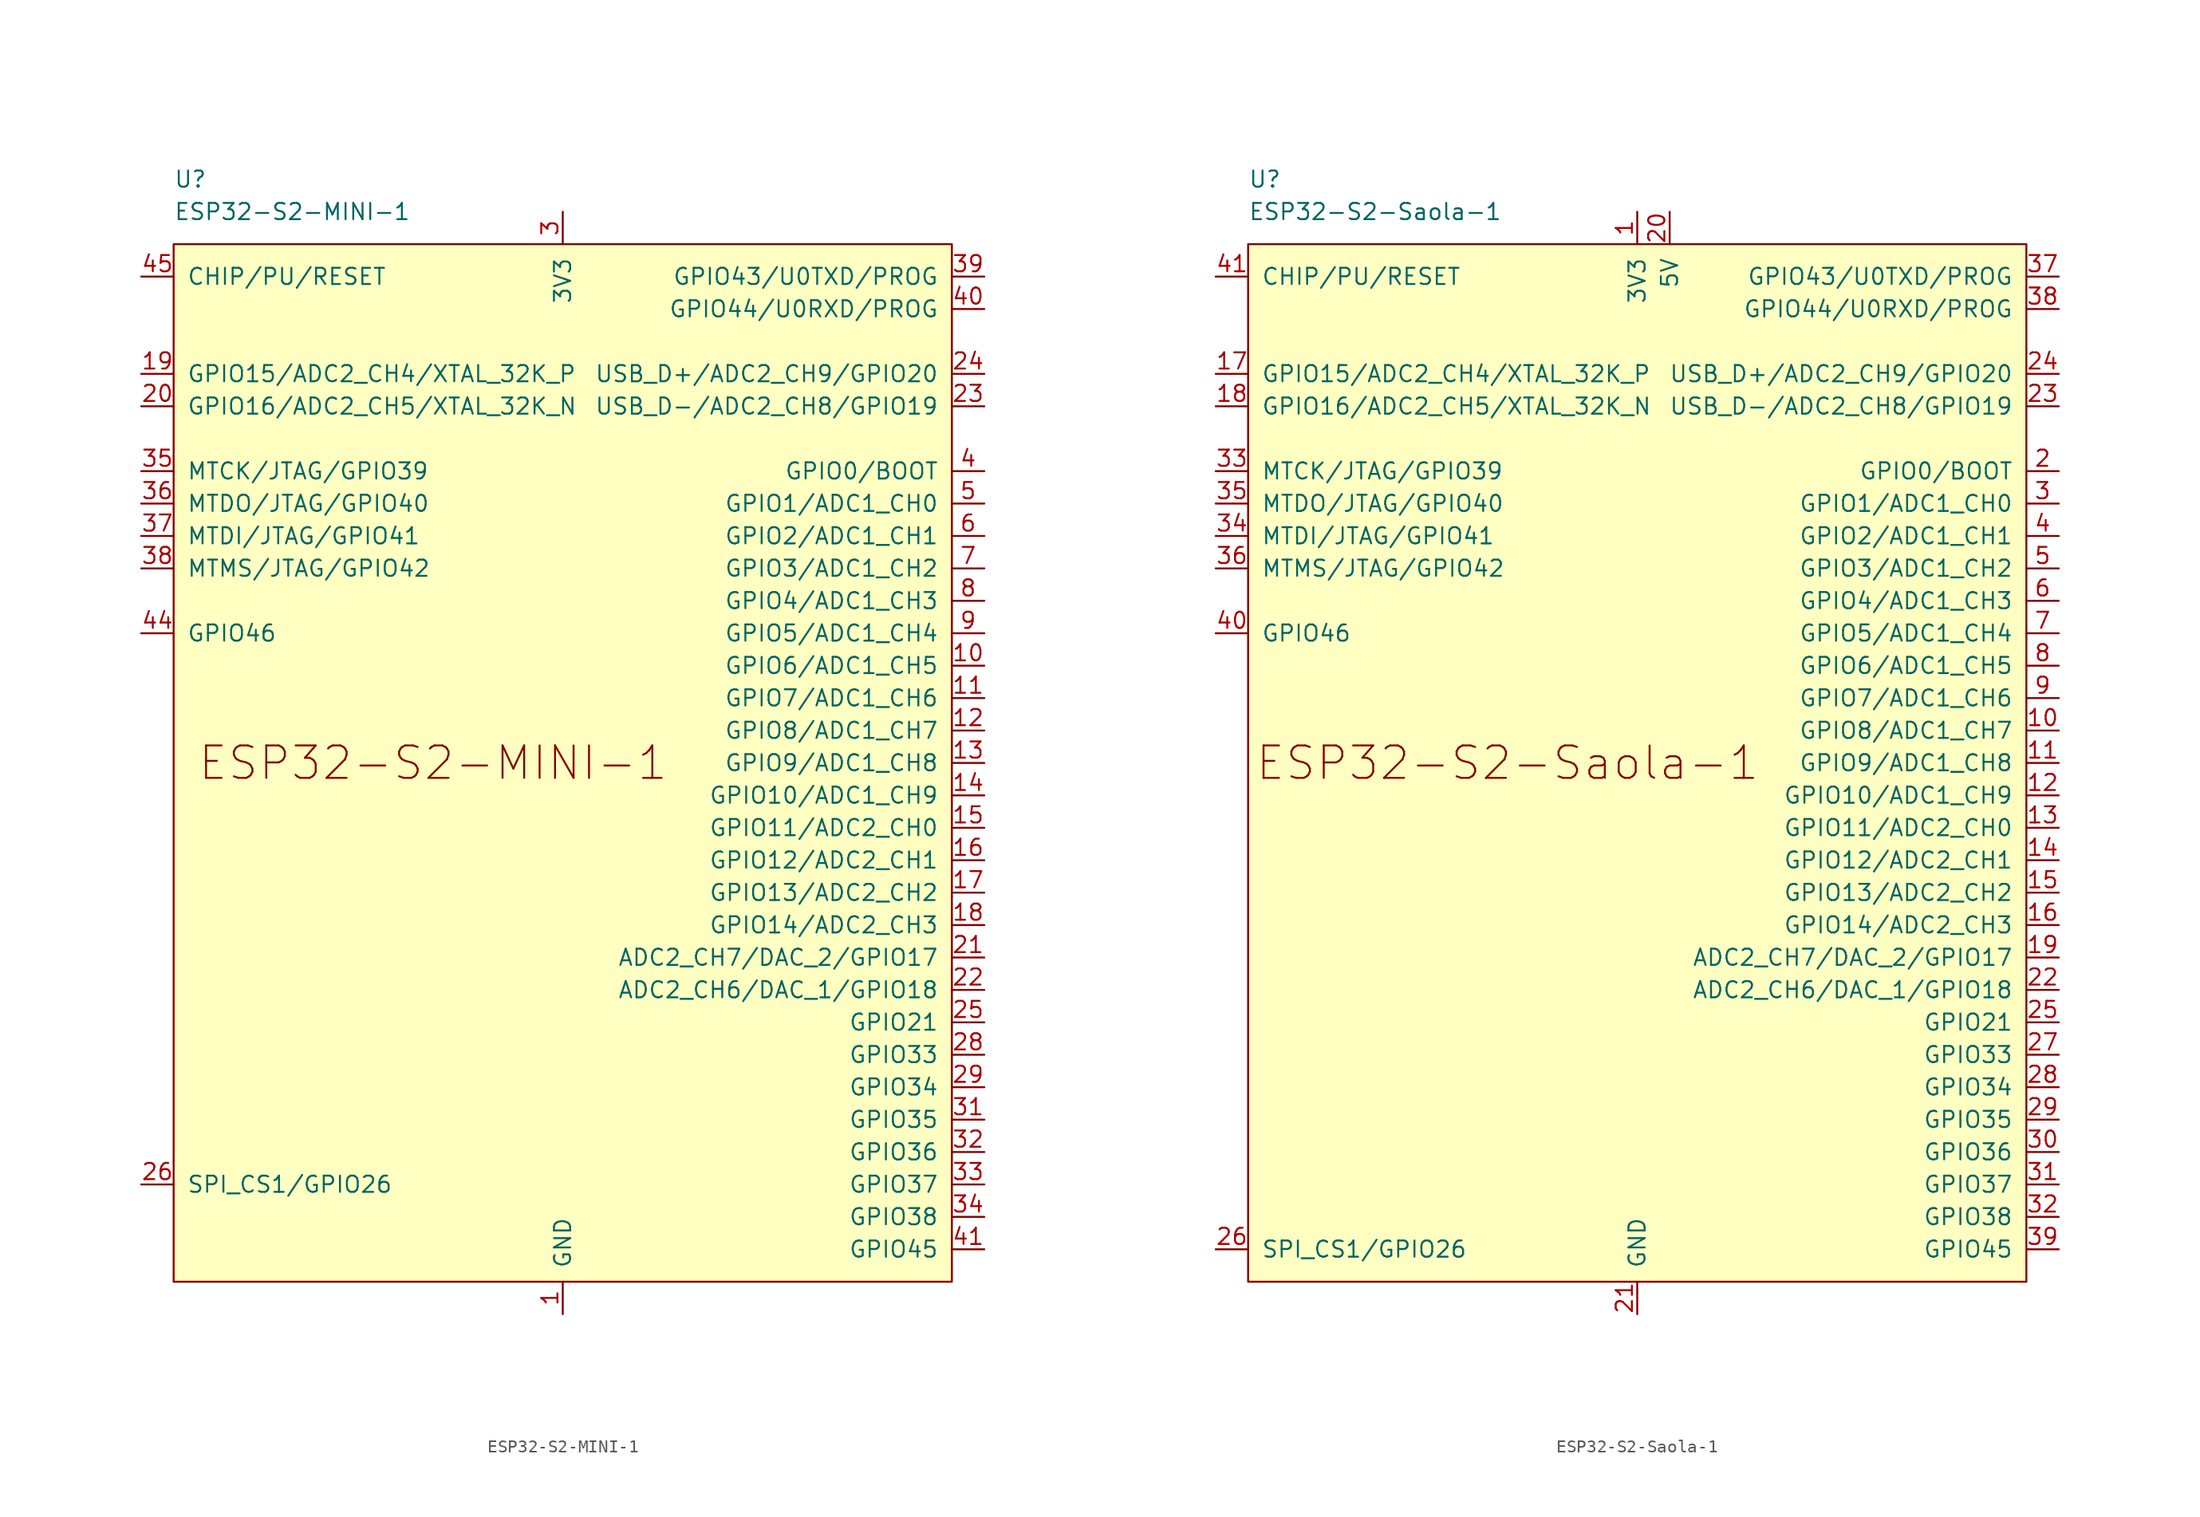
<source format=kicad_sym>
(kicad_symbol_lib
  (version 20220914)
  (generator kicad_symbol_editor)
  (symbol "ESP32-S2-MINI-1"
    (pin_names
      (offset 1.016))
    (property "Reference" "U"
      (at -30.48 45.72 0)
      (effects (font (size 1.27 1.27)) (justify left)))
    (property "Value" "ESP32-S2-MINI-1"
      (at -30.48 43.18 0)
      (effects (font (size 1.27 1.27)) (justify left)))
    (symbol "ESP32-S2-MINI-1_0_0"
      (pin power_in line (at 0 -43.18 90) (length 2.54) (name "GND" (effects (font (size 1.27 1.27)))) (number "1" (effects (font (size 1.27 1.27)))))
      (pin passive line (at 0 -43.18 90) (length 2.54) hide (name "GND" (effects (font (size 1.27 1.27)))) (number "43" (effects (font (size 1.27 1.27)))))
      (pin input line (at -33.02 10.16 0) (length 2.54) (name "GPIO46" (effects (font (size 1.27 1.27)))) (number "44" (effects (font (size 1.27 1.27)))))
      (pin bidirectional line (at -33.02 38.1 0) (length 2.54) (name "CHIP/PU/RESET" (effects (font (size 1.27 1.27)))) (number "45" (effects (font (size 1.27 1.27)))))
      (pin passive line (at 0 -43.18 90) (length 2.54) hide (name "GND" (effects (font (size 1.27 1.27)))) (number "46" (effects (font (size 1.27 1.27)))))
      (pin passive line (at 0 -43.18 90) (length 2.54) hide (name "GND" (effects (font (size 1.27 1.27)))) (number "47" (effects (font (size 1.27 1.27)))))
      (pin passive line (at 0 -43.18 90) (length 2.54) hide (name "GND" (effects (font (size 1.27 1.27)))) (number "48" (effects (font (size 1.27 1.27)))))
      (pin passive line (at 0 -43.18 90) (length 2.54) hide (name "GND" (effects (font (size 1.27 1.27)))) (number "49" (effects (font (size 1.27 1.27)))))
      (pin passive line (at 0 -43.18 90) (length 2.54) hide (name "GND" (effects (font (size 1.27 1.27)))) (number "50" (effects (font (size 1.27 1.27)))))
      (pin passive line (at 0 -43.18 90) (length 2.54) hide (name "GND" (effects (font (size 1.27 1.27)))) (number "51" (effects (font (size 1.27 1.27)))))
      (pin passive line (at 0 -43.18 90) (length 2.54) hide (name "GND" (effects (font (size 1.27 1.27)))) (number "52" (effects (font (size 1.27 1.27)))))
      (pin passive line (at 0 -43.18 90) (length 2.54) hide (name "GND" (effects (font (size 1.27 1.27)))) (number "53" (effects (font (size 1.27 1.27)))))
      (pin passive line (at 0 -43.18 90) (length 2.54) hide (name "GND" (effects (font (size 1.27 1.27)))) (number "54" (effects (font (size 1.27 1.27)))))
      (pin passive line (at 0 -43.18 90) (length 2.54) hide (name "GND" (effects (font (size 1.27 1.27)))) (number "55" (effects (font (size 1.27 1.27)))))
      (pin passive line (at 0 -43.18 90) (length 2.54) hide (name "GND" (effects (font (size 1.27 1.27)))) (number "56" (effects (font (size 1.27 1.27)))))
      (pin passive line (at 0 -43.18 90) (length 2.54) hide (name "GND" (effects (font (size 1.27 1.27)))) (number "57" (effects (font (size 1.27 1.27)))))
      (pin passive line (at 0 -43.18 90) (length 2.54) hide (name "GND" (effects (font (size 1.27 1.27)))) (number "58" (effects (font (size 1.27 1.27)))))
      (pin passive line (at 0 -43.18 90) (length 2.54) hide (name "GND" (effects (font (size 1.27 1.27)))) (number "59" (effects (font (size 1.27 1.27)))))
      (pin passive line (at 0 -43.18 90) (length 2.54) hide (name "GND" (effects (font (size 1.27 1.27)))) (number "60" (effects (font (size 1.27 1.27)))))
      (pin passive line (at 0 -43.18 90) (length 2.54) hide (name "GND" (effects (font (size 1.27 1.27)))) (number "61" (effects (font (size 1.27 1.27)))))
      (pin passive line (at 0 -43.18 90) (length 2.54) hide (name "GND" (effects (font (size 1.27 1.27)))) (number "62" (effects (font (size 1.27 1.27)))))
      (pin passive line (at 0 -43.18 90) (length 2.54) hide (name "GND" (effects (font (size 1.27 1.27)))) (number "63" (effects (font (size 1.27 1.27)))))
      (pin passive line (at 0 -43.18 90) (length 2.54) hide (name "GND" (effects (font (size 1.27 1.27)))) (number "64" (effects (font (size 1.27 1.27)))))
      (pin passive line (at 0 -43.18 90) (length 2.54) hide (name "GND" (effects (font (size 1.27 1.27)))) (number "65" (effects (font (size 1.27 1.27))))))
    (symbol "ESP32-S2-MINI-1_0_1"
      (rectangle (start -30.48 40.64) (end 30.48 -40.64) (stroke (width 0) (type default)) (fill (type background))))
    (symbol "ESP32-S2-MINI-1_1_1"
      (text "ESP32-S2-MINI-1" (at -10.16 0 0) (effects (font (size 2.54 2.54))))
      (pin bidirectional line (at 33.02 7.62 180) (length 2.54) (name "GPIO6/ADC1_CH5" (effects (font (size 1.27 1.27)))) (number "10" (effects (font (size 1.27 1.27)))))
      (pin bidirectional line (at 33.02 5.08 180) (length 2.54) (name "GPIO7/ADC1_CH6" (effects (font (size 1.27 1.27)))) (number "11" (effects (font (size 1.27 1.27)))))
      (pin bidirectional line (at 33.02 2.54 180) (length 2.54) (name "GPIO8/ADC1_CH7" (effects (font (size 1.27 1.27)))) (number "12" (effects (font (size 1.27 1.27)))))
      (pin bidirectional line (at 33.02 0 180) (length 2.54) (name "GPIO9/ADC1_CH8" (effects (font (size 1.27 1.27)))) (number "13" (effects (font (size 1.27 1.27)))))
      (pin bidirectional line (at 33.02 -2.54 180) (length 2.54) (name "GPIO10/ADC1_CH9" (effects (font (size 1.27 1.27)))) (number "14" (effects (font (size 1.27 1.27)))))
      (pin bidirectional line (at 33.02 -5.08 180) (length 2.54) (name "GPIO11/ADC2_CH0" (effects (font (size 1.27 1.27)))) (number "15" (effects (font (size 1.27 1.27)))))
      (pin bidirectional line (at 33.02 -7.62 180) (length 2.54) (name "GPIO12/ADC2_CH1" (effects (font (size 1.27 1.27)))) (number "16" (effects (font (size 1.27 1.27)))))
      (pin bidirectional line (at 33.02 -10.16 180) (length 2.54) (name "GPIO13/ADC2_CH2" (effects (font (size 1.27 1.27)))) (number "17" (effects (font (size 1.27 1.27)))))
      (pin bidirectional line (at 33.02 -12.7 180) (length 2.54) (name "GPIO14/ADC2_CH3" (effects (font (size 1.27 1.27)))) (number "18" (effects (font (size 1.27 1.27)))))
      (pin bidirectional line (at -33.02 30.48 0) (length 2.54) (name "GPIO15/ADC2_CH4/XTAL_32K_P" (effects (font (size 1.27 1.27)))) (number "19" (effects (font (size 1.27 1.27)))))
      (pin passive line (at 0 -43.18 90) (length 2.54) hide (name "GND" (effects (font (size 1.27 1.27)))) (number "2" (effects (font (size 1.27 1.27)))))
      (pin bidirectional line (at -33.02 27.94 0) (length 2.54) (name "GPIO16/ADC2_CH5/XTAL_32K_N" (effects (font (size 1.27 1.27)))) (number "20" (effects (font (size 1.27 1.27)))))
      (pin bidirectional line (at 33.02 -15.24 180) (length 2.54) (name "ADC2_CH7/DAC_2/GPIO17" (effects (font (size 1.27 1.27)))) (number "21" (effects (font (size 1.27 1.27)))))
      (pin bidirectional line (at 33.02 -17.78 180) (length 2.54) (name "ADC2_CH6/DAC_1/GPIO18" (effects (font (size 1.27 1.27)))) (number "22" (effects (font (size 1.27 1.27)))))
      (pin bidirectional line (at 33.02 27.94 180) (length 2.54) (name "USB_D-/ADC2_CH8/GPIO19" (effects (font (size 1.27 1.27)))) (number "23" (effects (font (size 1.27 1.27)))))
      (pin bidirectional line (at 33.02 30.48 180) (length 2.54) (name "USB_D+/ADC2_CH9/GPIO20" (effects (font (size 1.27 1.27)))) (number "24" (effects (font (size 1.27 1.27)))))
      (pin bidirectional line (at 33.02 -20.32 180) (length 2.54) (name "GPIO21" (effects (font (size 1.27 1.27)))) (number "25" (effects (font (size 1.27 1.27)))))
      (pin bidirectional line (at -33.02 -33.02 0) (length 2.54) (name "SPI_CS1/GPIO26" (effects (font (size 1.27 1.27)))) (number "26" (effects (font (size 1.27 1.27)))))
      (pin no_connect line (at -30.48 -38.1 0) (length 2.54) hide (name "NC" (effects (font (size 1.27 1.27)))) (number "27" (effects (font (size 1.27 1.27)))))
      (pin bidirectional line (at 33.02 -22.86 180) (length 2.54) (name "GPIO33" (effects (font (size 1.27 1.27)))) (number "28" (effects (font (size 1.27 1.27)))))
      (pin bidirectional line (at 33.02 -25.4 180) (length 2.54) (name "GPIO34" (effects (font (size 1.27 1.27)))) (number "29" (effects (font (size 1.27 1.27)))))
      (pin power_in line (at 0 43.18 270) (length 2.54) (name "3V3" (effects (font (size 1.27 1.27)))) (number "3" (effects (font (size 1.27 1.27)))))
      (pin passive line (at 0 -43.18 90) (length 2.54) hide (name "GND" (effects (font (size 1.27 1.27)))) (number "30" (effects (font (size 1.27 1.27)))))
      (pin bidirectional line (at 33.02 -27.94 180) (length 2.54) (name "GPIO35" (effects (font (size 1.27 1.27)))) (number "31" (effects (font (size 1.27 1.27)))))
      (pin bidirectional line (at 33.02 -30.48 180) (length 2.54) (name "GPIO36" (effects (font (size 1.27 1.27)))) (number "32" (effects (font (size 1.27 1.27)))))
      (pin bidirectional line (at 33.02 -33.02 180) (length 2.54) (name "GPIO37" (effects (font (size 1.27 1.27)))) (number "33" (effects (font (size 1.27 1.27)))))
      (pin bidirectional line (at 33.02 -35.56 180) (length 2.54) (name "GPIO38" (effects (font (size 1.27 1.27)))) (number "34" (effects (font (size 1.27 1.27)))))
      (pin bidirectional line (at -33.02 22.86 0) (length 2.54) (name "MTCK/JTAG/GPIO39" (effects (font (size 1.27 1.27)))) (number "35" (effects (font (size 1.27 1.27)))))
      (pin bidirectional line (at -33.02 20.32 0) (length 2.54) (name "MTDO/JTAG/GPIO40" (effects (font (size 1.27 1.27)))) (number "36" (effects (font (size 1.27 1.27)))))
      (pin bidirectional line (at -33.02 17.78 0) (length 2.54) (name "MTDI/JTAG/GPIO41" (effects (font (size 1.27 1.27)))) (number "37" (effects (font (size 1.27 1.27)))))
      (pin bidirectional line (at -33.02 15.24 0) (length 2.54) (name "MTMS/JTAG/GPIO42" (effects (font (size 1.27 1.27)))) (number "38" (effects (font (size 1.27 1.27)))))
      (pin bidirectional line (at 33.02 38.1 180) (length 2.54) (name "GPIO43/U0TXD/PROG" (effects (font (size 1.27 1.27)))) (number "39" (effects (font (size 1.27 1.27)))))
      (pin bidirectional line (at 33.02 22.86 180) (length 2.54) (name "GPIO0/BOOT" (effects (font (size 1.27 1.27)))) (number "4" (effects (font (size 1.27 1.27)))))
      (pin bidirectional line (at 33.02 35.56 180) (length 2.54) (name "GPIO44/U0RXD/PROG" (effects (font (size 1.27 1.27)))) (number "40" (effects (font (size 1.27 1.27)))))
      (pin bidirectional line (at 33.02 -38.1 180) (length 2.54) (name "GPIO45" (effects (font (size 1.27 1.27)))) (number "41" (effects (font (size 1.27 1.27)))))
      (pin passive line (at 0 -43.18 90) (length 2.54) hide (name "GND" (effects (font (size 1.27 1.27)))) (number "42" (effects (font (size 1.27 1.27)))))
      (pin bidirectional line (at 33.02 20.32 180) (length 2.54) (name "GPIO1/ADC1_CH0" (effects (font (size 1.27 1.27)))) (number "5" (effects (font (size 1.27 1.27)))))
      (pin bidirectional line (at 33.02 17.78 180) (length 2.54) (name "GPIO2/ADC1_CH1" (effects (font (size 1.27 1.27)))) (number "6" (effects (font (size 1.27 1.27)))))
      (pin bidirectional line (at 33.02 15.24 180) (length 2.54) (name "GPIO3/ADC1_CH2" (effects (font (size 1.27 1.27)))) (number "7" (effects (font (size 1.27 1.27)))))
      (pin bidirectional line (at 33.02 12.7 180) (length 2.54) (name "GPIO4/ADC1_CH3" (effects (font (size 1.27 1.27)))) (number "8" (effects (font (size 1.27 1.27)))))
      (pin bidirectional line (at 33.02 10.16 180) (length 2.54) (name "GPIO5/ADC1_CH4" (effects (font (size 1.27 1.27)))) (number "9" (effects (font (size 1.27 1.27)))))))
  (symbol "ESP32-S2-Saola-1"
    (pin_names
      (offset 1.016))
    (property "Reference" "U"
      (at -30.48 45.72 0)
      (effects (font (size 1.27 1.27)) (justify left)))
    (property "Value" "ESP32-S2-Saola-1"
      (at -30.48 43.18 0)
      (effects (font (size 1.27 1.27)) (justify left)))
    (symbol "ESP32-S2-Saola-1_0_0"
      (text "ESP32-S2-Saola-1" (at -10.16 0 0) (effects (font (size 2.54 2.54))))
      (pin power_in line (at 0 43.18 270) (length 2.54) (name "3V3" (effects (font (size 1.27 1.27)))) (number "1" (effects (font (size 1.27 1.27)))))
      (pin bidirectional line (at 33.02 2.54 180) (length 2.54) (name "GPIO8/ADC1_CH7" (effects (font (size 1.27 1.27)))) (number "10" (effects (font (size 1.27 1.27)))))
      (pin bidirectional line (at 33.02 0 180) (length 2.54) (name "GPIO9/ADC1_CH8" (effects (font (size 1.27 1.27)))) (number "11" (effects (font (size 1.27 1.27)))))
      (pin bidirectional line (at 33.02 -2.54 180) (length 2.54) (name "GPIO10/ADC1_CH9" (effects (font (size 1.27 1.27)))) (number "12" (effects (font (size 1.27 1.27)))))
      (pin bidirectional line (at 33.02 -5.08 180) (length 2.54) (name "GPIO11/ADC2_CH0" (effects (font (size 1.27 1.27)))) (number "13" (effects (font (size 1.27 1.27)))))
      (pin bidirectional line (at 33.02 -7.62 180) (length 2.54) (name "GPIO12/ADC2_CH1" (effects (font (size 1.27 1.27)))) (number "14" (effects (font (size 1.27 1.27)))))
      (pin bidirectional line (at 33.02 -10.16 180) (length 2.54) (name "GPIO13/ADC2_CH2" (effects (font (size 1.27 1.27)))) (number "15" (effects (font (size 1.27 1.27)))))
      (pin bidirectional line (at 33.02 -12.7 180) (length 2.54) (name "GPIO14/ADC2_CH3" (effects (font (size 1.27 1.27)))) (number "16" (effects (font (size 1.27 1.27)))))
      (pin bidirectional line (at -33.02 30.48 0) (length 2.54) (name "GPIO15/ADC2_CH4/XTAL_32K_P" (effects (font (size 1.27 1.27)))) (number "17" (effects (font (size 1.27 1.27)))))
      (pin bidirectional line (at -33.02 27.94 0) (length 2.54) (name "GPIO16/ADC2_CH5/XTAL_32K_N" (effects (font (size 1.27 1.27)))) (number "18" (effects (font (size 1.27 1.27)))))
      (pin bidirectional line (at 33.02 -15.24 180) (length 2.54) (name "ADC2_CH7/DAC_2/GPIO17" (effects (font (size 1.27 1.27)))) (number "19" (effects (font (size 1.27 1.27)))))
      (pin bidirectional line (at 33.02 22.86 180) (length 2.54) (name "GPIO0/BOOT" (effects (font (size 1.27 1.27)))) (number "2" (effects (font (size 1.27 1.27)))))
      (pin power_in line (at 2.54 43.18 270) (length 2.54) (name "5V" (effects (font (size 1.27 1.27)))) (number "20" (effects (font (size 1.27 1.27)))))
      (pin power_in line (at 0 -43.18 90) (length 2.54) (name "GND" (effects (font (size 1.27 1.27)))) (number "21" (effects (font (size 1.27 1.27)))))
      (pin bidirectional line (at 33.02 -17.78 180) (length 2.54) (name "ADC2_CH6/DAC_1/GPIO18" (effects (font (size 1.27 1.27)))) (number "22" (effects (font (size 1.27 1.27)))))
      (pin bidirectional line (at 33.02 27.94 180) (length 2.54) (name "USB_D-/ADC2_CH8/GPIO19" (effects (font (size 1.27 1.27)))) (number "23" (effects (font (size 1.27 1.27)))))
      (pin bidirectional line (at 33.02 30.48 180) (length 2.54) (name "USB_D+/ADC2_CH9/GPIO20" (effects (font (size 1.27 1.27)))) (number "24" (effects (font (size 1.27 1.27)))))
      (pin bidirectional line (at 33.02 -20.32 180) (length 2.54) (name "GPIO21" (effects (font (size 1.27 1.27)))) (number "25" (effects (font (size 1.27 1.27)))))
      (pin bidirectional line (at -33.02 -38.1 0) (length 2.54) (name "SPI_CS1/GPIO26" (effects (font (size 1.27 1.27)))) (number "26" (effects (font (size 1.27 1.27)))))
      (pin bidirectional line (at 33.02 -22.86 180) (length 2.54) (name "GPIO33" (effects (font (size 1.27 1.27)))) (number "27" (effects (font (size 1.27 1.27)))))
      (pin bidirectional line (at 33.02 -25.4 180) (length 2.54) (name "GPIO34" (effects (font (size 1.27 1.27)))) (number "28" (effects (font (size 1.27 1.27)))))
      (pin bidirectional line (at 33.02 -27.94 180) (length 2.54) (name "GPIO35" (effects (font (size 1.27 1.27)))) (number "29" (effects (font (size 1.27 1.27)))))
      (pin bidirectional line (at 33.02 20.32 180) (length 2.54) (name "GPIO1/ADC1_CH0" (effects (font (size 1.27 1.27)))) (number "3" (effects (font (size 1.27 1.27)))))
      (pin bidirectional line (at 33.02 -30.48 180) (length 2.54) (name "GPIO36" (effects (font (size 1.27 1.27)))) (number "30" (effects (font (size 1.27 1.27)))))
      (pin bidirectional line (at 33.02 -33.02 180) (length 2.54) (name "GPIO37" (effects (font (size 1.27 1.27)))) (number "31" (effects (font (size 1.27 1.27)))))
      (pin bidirectional line (at 33.02 -35.56 180) (length 2.54) (name "GPIO38" (effects (font (size 1.27 1.27)))) (number "32" (effects (font (size 1.27 1.27)))))
      (pin bidirectional line (at -33.02 22.86 0) (length 2.54) (name "MTCK/JTAG/GPIO39" (effects (font (size 1.27 1.27)))) (number "33" (effects (font (size 1.27 1.27)))))
      (pin bidirectional line (at -33.02 17.78 0) (length 2.54) (name "MTDI/JTAG/GPIO41" (effects (font (size 1.27 1.27)))) (number "34" (effects (font (size 1.27 1.27)))))
      (pin bidirectional line (at -33.02 20.32 0) (length 2.54) (name "MTDO/JTAG/GPIO40" (effects (font (size 1.27 1.27)))) (number "35" (effects (font (size 1.27 1.27)))))
      (pin bidirectional line (at -33.02 15.24 0) (length 2.54) (name "MTMS/JTAG/GPIO42" (effects (font (size 1.27 1.27)))) (number "36" (effects (font (size 1.27 1.27)))))
      (pin bidirectional line (at 33.02 38.1 180) (length 2.54) (name "GPIO43/U0TXD/PROG" (effects (font (size 1.27 1.27)))) (number "37" (effects (font (size 1.27 1.27)))))
      (pin bidirectional line (at 33.02 35.56 180) (length 2.54) (name "GPIO44/U0RXD/PROG" (effects (font (size 1.27 1.27)))) (number "38" (effects (font (size 1.27 1.27)))))
      (pin bidirectional line (at 33.02 -38.1 180) (length 2.54) (name "GPIO45" (effects (font (size 1.27 1.27)))) (number "39" (effects (font (size 1.27 1.27)))))
      (pin unspecified line (at 33.02 17.78 180) (length 2.54) (name "GPIO2/ADC1_CH1" (effects (font (size 1.27 1.27)))) (number "4" (effects (font (size 1.27 1.27)))))
      (pin input line (at -33.02 10.16 0) (length 2.54) (name "GPIO46" (effects (font (size 1.27 1.27)))) (number "40" (effects (font (size 1.27 1.27)))))
      (pin input line (at -33.02 38.1 0) (length 2.54) (name "CHIP/PU/RESET" (effects (font (size 1.27 1.27)))) (number "41" (effects (font (size 1.27 1.27)))))
      (pin passive line (at 0 -43.18 90) (length 2.54) hide (name "GND" (effects (font (size 1.27 1.27)))) (number "42" (effects (font (size 1.27 1.27)))))
      (pin bidirectional line (at 33.02 15.24 180) (length 2.54) (name "GPIO3/ADC1_CH2" (effects (font (size 1.27 1.27)))) (number "5" (effects (font (size 1.27 1.27)))))
      (pin bidirectional line (at 33.02 12.7 180) (length 2.54) (name "GPIO4/ADC1_CH3" (effects (font (size 1.27 1.27)))) (number "6" (effects (font (size 1.27 1.27)))))
      (pin bidirectional line (at 33.02 10.16 180) (length 2.54) (name "GPIO5/ADC1_CH4" (effects (font (size 1.27 1.27)))) (number "7" (effects (font (size 1.27 1.27)))))
      (pin bidirectional line (at 33.02 7.62 180) (length 2.54) (name "GPIO6/ADC1_CH5" (effects (font (size 1.27 1.27)))) (number "8" (effects (font (size 1.27 1.27)))))
      (pin bidirectional line (at 33.02 5.08 180) (length 2.54) (name "GPIO7/ADC1_CH6" (effects (font (size 1.27 1.27)))) (number "9" (effects (font (size 1.27 1.27))))))
    (symbol "ESP32-S2-Saola-1_0_1"
      (rectangle (start -30.48 40.64) (end 30.48 -40.64) (stroke (width 0) (type default)) (fill (type background))))))
</source>
